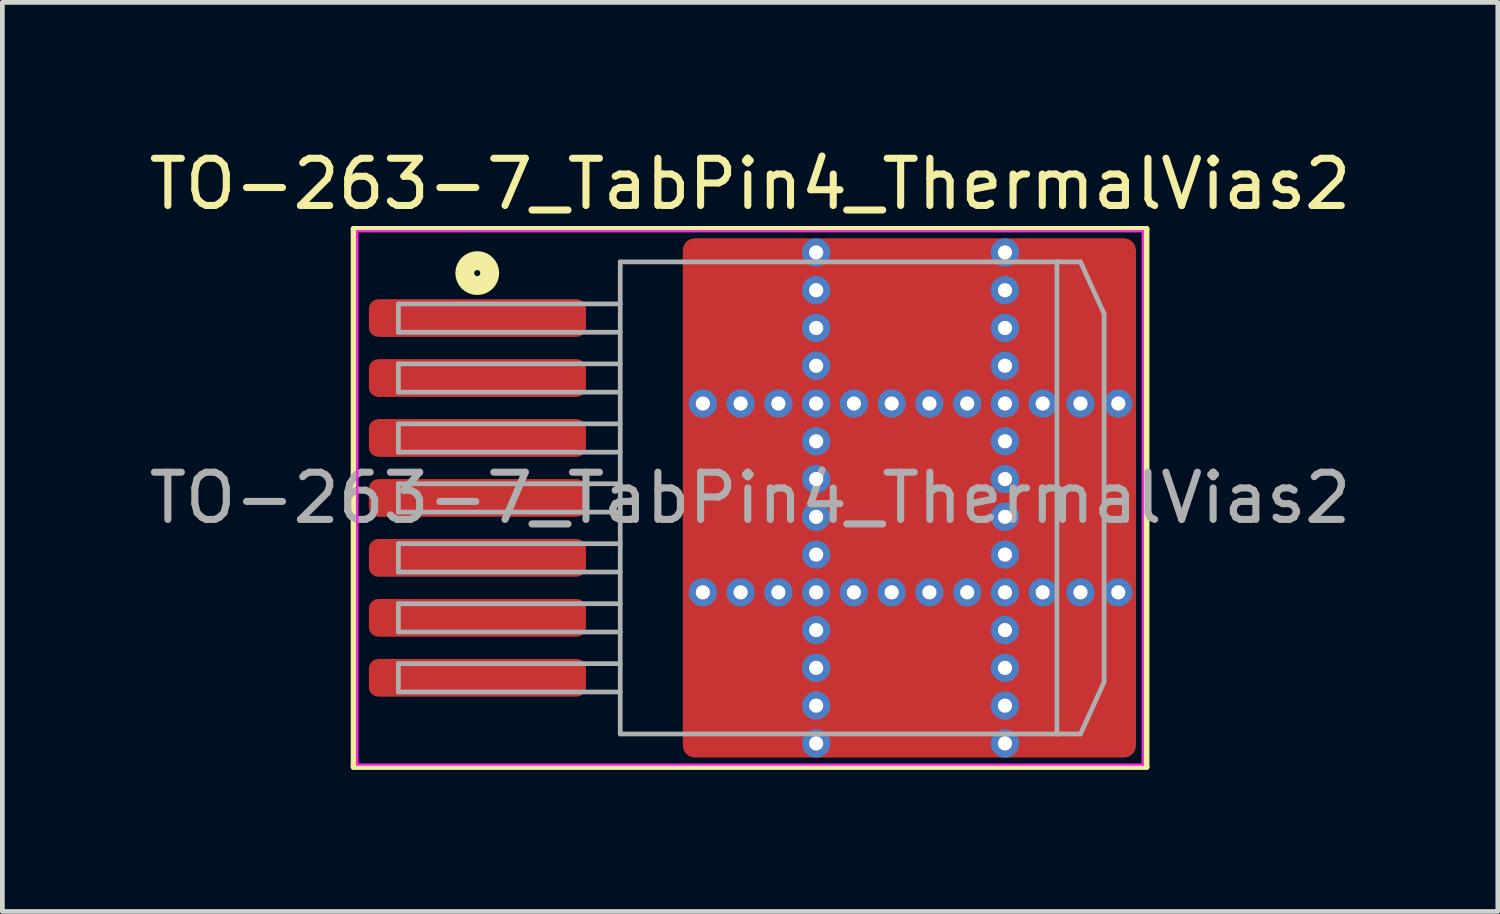
<source format=kicad_pcb>
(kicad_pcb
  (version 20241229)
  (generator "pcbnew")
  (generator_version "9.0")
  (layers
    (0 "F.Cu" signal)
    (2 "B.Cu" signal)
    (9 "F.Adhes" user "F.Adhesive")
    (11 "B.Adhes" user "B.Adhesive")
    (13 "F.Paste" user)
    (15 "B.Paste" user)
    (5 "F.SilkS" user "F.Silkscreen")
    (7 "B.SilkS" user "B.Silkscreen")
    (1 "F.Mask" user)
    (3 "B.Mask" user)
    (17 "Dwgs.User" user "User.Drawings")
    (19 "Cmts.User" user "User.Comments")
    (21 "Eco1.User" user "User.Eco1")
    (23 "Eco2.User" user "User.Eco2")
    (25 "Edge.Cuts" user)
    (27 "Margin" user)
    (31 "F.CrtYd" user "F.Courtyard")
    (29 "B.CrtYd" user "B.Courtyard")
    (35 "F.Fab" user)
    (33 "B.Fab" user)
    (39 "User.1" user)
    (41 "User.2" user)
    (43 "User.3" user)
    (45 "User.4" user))
  (footprint "TO-263-7_TabPin4_ThermalVias2"
    (layer "F.Cu")
    (at 12.839 7.498)
    (property "Reference" "TO-263-7_TabPin4_ThermalVias2" (at 0 -6.65 0) (layer "F.SilkS") (effects (font (size 1 1) (thickness 0.15))))
    (attr smd)
    (fp_line (start -8.4 -5.7) (end -8.4 5.7) (stroke (width 0.12) (type solid)) (layer "F.SilkS"))
    (fp_line (start -8.4 5.7) (end 8.4 5.7) (stroke (width 0.12) (type solid)) (layer "F.SilkS"))
    (fp_line (start 8.4 -5.7) (end -8.4 -5.7) (stroke (width 0.12) (type solid)) (layer "F.SilkS"))
    (fp_line (start 8.4 5.7) (end 8.4 -5.7) (stroke (width 0.12) (type solid)) (layer "F.SilkS"))
    (fp_circle (center -5.779 -4.763) (end -5.715 -4.763) (stroke (width 0.4) (type solid)) (fill no) (layer "F.SilkS"))
    (fp_line (start -8.32 -5.65) (end -8.32 5.65) (stroke (width 0.05) (type solid)) (layer "F.CrtYd"))
    (fp_line (start -8.32 5.65) (end 8.32 5.65) (stroke (width 0.05) (type solid)) (layer "F.CrtYd"))
    (fp_line (start 8.32 -5.65) (end -8.32 -5.65) (stroke (width 0.05) (type solid)) (layer "F.CrtYd"))
    (fp_line (start 8.32 5.65) (end 8.32 -5.65) (stroke (width 0.05) (type solid)) (layer "F.CrtYd"))
    (fp_line (start -7.45 -4.11) (end -7.45 -3.51) (stroke (width 0.1) (type solid)) (layer "F.Fab"))
    (fp_line (start -7.45 -3.51) (end -2.75 -3.51) (stroke (width 0.1) (type solid)) (layer "F.Fab"))
    (fp_line (start -7.45 -2.84) (end -7.45 -2.24) (stroke (width 0.1) (type solid)) (layer "F.Fab"))
    (fp_line (start -7.45 -2.24) (end -2.75 -2.24) (stroke (width 0.1) (type solid)) (layer "F.Fab"))
    (fp_line (start -7.45 -1.57) (end -7.45 -0.97) (stroke (width 0.1) (type solid)) (layer "F.Fab"))
    (fp_line (start -7.45 -0.97) (end -2.75 -0.97) (stroke (width 0.1) (type solid)) (layer "F.Fab"))
    (fp_line (start -7.45 -0.3) (end -7.45 0.3) (stroke (width 0.1) (type solid)) (layer "F.Fab"))
    (fp_line (start -7.45 0.3) (end -2.75 0.3) (stroke (width 0.1) (type solid)) (layer "F.Fab"))
    (fp_line (start -7.45 0.97) (end -7.45 1.57) (stroke (width 0.1) (type solid)) (layer "F.Fab"))
    (fp_line (start -7.45 1.57) (end -2.75 1.57) (stroke (width 0.1) (type solid)) (layer "F.Fab"))
    (fp_line (start -7.45 2.24) (end -7.45 2.84) (stroke (width 0.1) (type solid)) (layer "F.Fab"))
    (fp_line (start -7.45 2.84) (end -2.75 2.84) (stroke (width 0.1) (type solid)) (layer "F.Fab"))
    (fp_line (start -7.45 3.51) (end -7.45 4.11) (stroke (width 0.1) (type solid)) (layer "F.Fab"))
    (fp_line (start -7.45 4.11) (end -2.75 4.11) (stroke (width 0.1) (type solid)) (layer "F.Fab"))
    (fp_line (start -2.75 -5) (end 6.5 -5) (stroke (width 0.1) (type solid)) (layer "F.Fab"))
    (fp_line (start -2.75 -4.11) (end -7.45 -4.11) (stroke (width 0.1) (type solid)) (layer "F.Fab"))
    (fp_line (start -2.75 -2.84) (end -7.45 -2.84) (stroke (width 0.1) (type solid)) (layer "F.Fab"))
    (fp_line (start -2.75 -1.57) (end -7.45 -1.57) (stroke (width 0.1) (type solid)) (layer "F.Fab"))
    (fp_line (start -2.75 -0.3) (end -7.45 -0.3) (stroke (width 0.1) (type solid)) (layer "F.Fab"))
    (fp_line (start -2.75 0.97) (end -7.45 0.97) (stroke (width 0.1) (type solid)) (layer "F.Fab"))
    (fp_line (start -2.75 2.24) (end -7.45 2.24) (stroke (width 0.1) (type solid)) (layer "F.Fab"))
    (fp_line (start -2.75 3.51) (end -7.45 3.51) (stroke (width 0.1) (type solid)) (layer "F.Fab"))
    (fp_line (start -2.75 5) (end -2.75 -5) (stroke (width 0.1) (type solid)) (layer "F.Fab"))
    (fp_line (start 6.5 -5) (end 6.5 5) (stroke (width 0.1) (type solid)) (layer "F.Fab"))
    (fp_line (start 6.5 -5) (end 7 -5) (stroke (width 0.1) (type solid)) (layer "F.Fab"))
    (fp_line (start 6.5 5) (end -2.75 5) (stroke (width 0.1) (type solid)) (layer "F.Fab"))
    (fp_line (start 6.5 5) (end 7 5) (stroke (width 0.1) (type solid)) (layer "F.Fab"))
    (fp_line (start 7 -5) (end 7.5 -3.9) (stroke (width 0.1) (type solid)) (layer "F.Fab"))
    (fp_line (start 7 5) (end 7.5 3.9) (stroke (width 0.1) (type solid)) (layer "F.Fab"))
    (fp_line (start 7.5 -3.9) (end 7.5 3.9) (stroke (width 0.1) (type solid)) (layer "F.Fab"))
    (fp_text user "${REFERENCE}" (at 0 0 0) (layer "F.Fab") (effects (font (size 1 1) (thickness 0.15))))
    (pad "" smd roundrect (at -0.675 -4.6 90) (size 1.2 0.95) (layers "F.Paste") (roundrect_rratio 0.25))
    (pad "" smd roundrect (at -0.675 -3.1 90) (size 1.2 0.95) (layers "F.Paste") (roundrect_rratio 0.25))
    (pad "" smd roundrect (at -0.675 -0.85 90) (size 1.3 0.95) (layers "F.Paste") (roundrect_rratio 0.25))
    (pad "" smd roundrect (at -0.675 0.85 90) (size 1.3 0.95) (layers "F.Paste") (roundrect_rratio 0.25))
    (pad "" smd roundrect (at -0.675 3.1 90) (size 1.2 0.95) (layers "F.Paste") (roundrect_rratio 0.25))
    (pad "" smd roundrect (at -0.675 4.6 90) (size 1.2 0.95) (layers "F.Paste") (roundrect_rratio 0.25))
    (pad "" smd roundrect (at -0.113 -3.85 90) (size 3.1 2.425) (layers "F.Mask") (roundrect_rratio 0.103))
    (pad "" smd roundrect (at -0.113 0 90) (size 3.4 2.425) (layers "F.Mask") (roundrect_rratio 0.103))
    (pad "" smd roundrect (at -0.113 3.85 90) (size 3.1 2.425) (layers "F.Mask") (roundrect_rratio 0.103))
    (pad "" smd roundrect (at 0.475 -4.6 90) (size 1.2 0.95) (layers "F.Paste") (roundrect_rratio 0.25))
    (pad "" smd roundrect (at 0.475 -3.1 90) (size 1.2 0.95) (layers "F.Paste") (roundrect_rratio 0.25))
    (pad "" smd roundrect (at 0.475 -0.85 90) (size 1.3 0.95) (layers "F.Paste") (roundrect_rratio 0.25))
    (pad "" smd roundrect (at 0.475 0.85 90) (size 1.3 0.95) (layers "F.Paste") (roundrect_rratio 0.25))
    (pad "" smd roundrect (at 0.475 3.1 90) (size 1.2 0.95) (layers "F.Paste") (roundrect_rratio 0.25))
    (pad "" smd roundrect (at 0.475 4.6 90) (size 1.2 0.95) (layers "F.Paste") (roundrect_rratio 0.25))
    (pad "" smd roundrect (at 2.55 -4.6 90) (size 1.2 1.3) (layers "F.Paste") (roundrect_rratio 0.208))
    (pad "" smd roundrect (at 2.55 -3.1 90) (size 1.2 1.3) (layers "F.Paste") (roundrect_rratio 0.208))
    (pad "" smd roundrect (at 2.55 -0.85 90) (size 1.3 1.3) (layers "F.Paste") (roundrect_rratio 0.192))
    (pad "" smd roundrect (at 2.55 0.85 90) (size 1.3 1.3) (layers "F.Paste") (roundrect_rratio 0.192))
    (pad "" smd roundrect (at 2.55 3.1 90) (size 1.2 1.3) (layers "F.Paste") (roundrect_rratio 0.208))
    (pad "" smd roundrect (at 2.55 4.6 90) (size 1.2 1.3) (layers "F.Paste") (roundrect_rratio 0.208))
    (pad "" smd roundrect (at 3.4 -3.85 90) (size 3.1 3.4) (layers "F.Mask") (roundrect_rratio 0.081))
    (pad "" smd roundrect (at 3.4 0 90) (size 3.4 3.4) (layers "F.Mask") (roundrect_rratio 0.074))
    (pad "" smd roundrect (at 3.4 3.85 90) (size 3.1 3.4) (layers "F.Mask") (roundrect_rratio 0.081))
    (pad "" smd roundrect (at 4.25 -4.6 90) (size 1.2 1.3) (layers "F.Paste") (roundrect_rratio 0.208))
    (pad "" smd roundrect (at 4.25 -3.1 90) (size 1.2 1.3) (layers "F.Paste") (roundrect_rratio 0.208))
    (pad "" smd roundrect (at 4.25 -0.85 90) (size 1.3 1.3) (layers "F.Paste") (roundrect_rratio 0.192))
    (pad "" smd roundrect (at 4.25 0.85 90) (size 1.3 1.3) (layers "F.Paste") (roundrect_rratio 0.192))
    (pad "" smd roundrect (at 4.25 3.1 90) (size 1.2 1.3) (layers "F.Paste") (roundrect_rratio 0.208))
    (pad "" smd roundrect (at 4.25 4.6 90) (size 1.2 1.3) (layers "F.Paste") (roundrect_rratio 0.208))
    (pad "" smd roundrect (at 6.325 -4.6 90) (size 1.2 0.95) (layers "F.Paste") (roundrect_rratio 0.25))
    (pad "" smd roundrect (at 6.325 -3.1 90) (size 1.2 0.95) (layers "F.Paste") (roundrect_rratio 0.25))
    (pad "" smd roundrect (at 6.325 -0.85 90) (size 1.3 0.95) (layers "F.Paste") (roundrect_rratio 0.25))
    (pad "" smd roundrect (at 6.325 0.85 90) (size 1.3 0.95) (layers "F.Paste") (roundrect_rratio 0.25))
    (pad "" smd roundrect (at 6.325 3.1 90) (size 1.2 0.95) (layers "F.Paste") (roundrect_rratio 0.25))
    (pad "" smd roundrect (at 6.325 4.6 90) (size 1.2 0.95) (layers "F.Paste") (roundrect_rratio 0.25))
    (pad "" smd roundrect (at 6.888 -3.85 90) (size 3.1 2.375) (layers "F.Mask") (roundrect_rratio 0.105))
    (pad "" smd roundrect (at 6.888 0 90) (size 3.4 2.375) (layers "F.Mask") (roundrect_rratio 0.105))
    (pad "" smd roundrect (at 6.888 3.85 90) (size 3.1 2.375) (layers "F.Mask") (roundrect_rratio 0.105))
    (pad "" smd roundrect (at 7.475 -4.6 90) (size 1.2 0.95) (layers "F.Paste") (roundrect_rratio 0.25))
    (pad "" smd roundrect (at 7.475 -3.1 90) (size 1.2 0.95) (layers "F.Paste") (roundrect_rratio 0.25))
    (pad "" smd roundrect (at 7.475 -0.85 90) (size 1.3 0.95) (layers "F.Paste") (roundrect_rratio 0.25))
    (pad "" smd roundrect (at 7.475 0.85 90) (size 1.3 0.95) (layers "F.Paste") (roundrect_rratio 0.25))
    (pad "" smd roundrect (at 7.475 3.1 90) (size 1.2 0.95) (layers "F.Paste") (roundrect_rratio 0.25))
    (pad "" smd roundrect (at 7.475 4.6 90) (size 1.2 0.95) (layers "F.Paste") (roundrect_rratio 0.25))
    (pad "1" smd roundrect (at -5.775 -3.81) (size 4.6 0.8) (layers "F.Cu" "F.Mask" "F.Paste") (roundrect_rratio 0.25))
    (pad "2" smd roundrect (at -5.775 -2.54) (size 4.6 0.8) (layers "F.Cu" "F.Mask" "F.Paste") (roundrect_rratio 0.25))
    (pad "3" smd roundrect (at -5.775 -1.27) (size 4.6 0.8) (layers "F.Cu" "F.Mask" "F.Paste") (roundrect_rratio 0.25))
    (pad "4" smd roundrect (at -5.775 0) (size 4.6 0.8) (layers "F.Cu" "F.Mask" "F.Paste") (roundrect_rratio 0.25))
    (pad "4" thru_hole circle (at -1 -2) (size 0.6 0.6) (drill 0.3) (property pad_prop_heatsink) (layers "*.Cu" "*.Mask"))
    (pad "4" thru_hole circle (at -1 2) (size 0.6 0.6) (drill 0.3) (property pad_prop_heatsink) (layers "*.Cu" "*.Mask"))
    (pad "4" thru_hole circle (at -0.2 -2) (size 0.6 0.6) (drill 0.3) (property pad_prop_heatsink) (layers "*.Cu" "*.Mask"))
    (pad "4" thru_hole circle (at -0.2 2) (size 0.6 0.6) (drill 0.3) (property pad_prop_heatsink) (layers "*.Cu" "*.Mask"))
    (pad "4" thru_hole circle (at 0.6 -2) (size 0.6 0.6) (drill 0.3) (property pad_prop_heatsink) (layers "*.Cu" "*.Mask"))
    (pad "4" thru_hole circle (at 0.6 2) (size 0.6 0.6) (drill 0.3) (property pad_prop_heatsink) (layers "*.Cu" "*.Mask"))
    (pad "4" thru_hole circle (at 1.4 -5.2) (size 0.6 0.6) (drill 0.3) (property pad_prop_heatsink) (layers "*.Cu" "*.Mask"))
    (pad "4" thru_hole circle (at 1.4 -4.4) (size 0.6 0.6) (drill 0.3) (property pad_prop_heatsink) (layers "*.Cu" "*.Mask"))
    (pad "4" thru_hole circle (at 1.4 -3.6) (size 0.6 0.6) (drill 0.3) (property pad_prop_heatsink) (layers "*.Cu" "*.Mask"))
    (pad "4" thru_hole circle (at 1.4 -2.8) (size 0.6 0.6) (drill 0.3) (property pad_prop_heatsink) (layers "*.Cu" "*.Mask"))
    (pad "4" thru_hole circle (at 1.4 -2) (size 0.6 0.6) (drill 0.3) (property pad_prop_heatsink) (layers "*.Cu" "*.Mask"))
    (pad "4" thru_hole circle (at 1.4 -1.2) (size 0.6 0.6) (drill 0.3) (property pad_prop_heatsink) (layers "*.Cu" "*.Mask"))
    (pad "4" thru_hole circle (at 1.4 -0.4) (size 0.6 0.6) (drill 0.3) (property pad_prop_heatsink) (layers "*.Cu" "*.Mask"))
    (pad "4" thru_hole circle (at 1.4 0.4) (size 0.6 0.6) (drill 0.3) (property pad_prop_heatsink) (layers "*.Cu" "*.Mask"))
    (pad "4" thru_hole circle (at 1.4 1.2) (size 0.6 0.6) (drill 0.3) (property pad_prop_heatsink) (layers "*.Cu" "*.Mask"))
    (pad "4" thru_hole circle (at 1.4 2) (size 0.6 0.6) (drill 0.3) (property pad_prop_heatsink) (layers "*.Cu" "*.Mask"))
    (pad "4" thru_hole circle (at 1.4 2.8) (size 0.6 0.6) (drill 0.3) (property pad_prop_heatsink) (layers "*.Cu" "*.Mask"))
    (pad "4" thru_hole circle (at 1.4 3.6) (size 0.6 0.6) (drill 0.3) (property pad_prop_heatsink) (layers "*.Cu" "*.Mask"))
    (pad "4" thru_hole circle (at 1.4 4.4) (size 0.6 0.6) (drill 0.3) (property pad_prop_heatsink) (layers "*.Cu" "*.Mask"))
    (pad "4" thru_hole circle (at 1.4 5.2) (size 0.6 0.6) (drill 0.3) (property pad_prop_heatsink) (layers "*.Cu" "*.Mask"))
    (pad "4" thru_hole circle (at 2.2 -2) (size 0.6 0.6) (drill 0.3) (property pad_prop_heatsink) (layers "*.Cu" "*.Mask"))
    (pad "4" thru_hole circle (at 2.2 2) (size 0.6 0.6) (drill 0.3) (property pad_prop_heatsink) (layers "*.Cu" "*.Mask"))
    (pad "4" thru_hole circle (at 3 -2) (size 0.6 0.6) (drill 0.3) (property pad_prop_heatsink) (layers "*.Cu" "*.Mask"))
    (pad "4" thru_hole circle (at 3 2) (size 0.6 0.6) (drill 0.3) (property pad_prop_heatsink) (layers "*.Cu" "*.Mask"))
    (pad "4" smd roundrect (at 3.375 0) (size 9.6 11) (layers "F.Cu") (roundrect_rratio 0.026))
    (pad "4" thru_hole circle (at 3.8 -2) (size 0.6 0.6) (drill 0.3) (property pad_prop_heatsink) (layers "*.Cu" "*.Mask"))
    (pad "4" thru_hole circle (at 3.8 2) (size 0.6 0.6) (drill 0.3) (property pad_prop_heatsink) (layers "*.Cu" "*.Mask"))
    (pad "4" thru_hole circle (at 4.6 -2) (size 0.6 0.6) (drill 0.3) (property pad_prop_heatsink) (layers "*.Cu" "*.Mask"))
    (pad "4" thru_hole circle (at 4.6 2) (size 0.6 0.6) (drill 0.3) (property pad_prop_heatsink) (layers "*.Cu" "*.Mask"))
    (pad "4" thru_hole circle (at 5.4 -5.2) (size 0.6 0.6) (drill 0.3) (property pad_prop_heatsink) (layers "*.Cu" "*.Mask"))
    (pad "4" thru_hole circle (at 5.4 -4.4) (size 0.6 0.6) (drill 0.3) (property pad_prop_heatsink) (layers "*.Cu" "*.Mask"))
    (pad "4" thru_hole circle (at 5.4 -3.6) (size 0.6 0.6) (drill 0.3) (property pad_prop_heatsink) (layers "*.Cu" "*.Mask"))
    (pad "4" thru_hole circle (at 5.4 -2.8) (size 0.6 0.6) (drill 0.3) (property pad_prop_heatsink) (layers "*.Cu" "*.Mask"))
    (pad "4" thru_hole circle (at 5.4 -2) (size 0.6 0.6) (drill 0.3) (property pad_prop_heatsink) (layers "*.Cu" "*.Mask"))
    (pad "4" thru_hole circle (at 5.4 -1.2) (size 0.6 0.6) (drill 0.3) (property pad_prop_heatsink) (layers "*.Cu" "*.Mask"))
    (pad "4" thru_hole circle (at 5.4 -0.4) (size 0.6 0.6) (drill 0.3) (property pad_prop_heatsink) (layers "*.Cu" "*.Mask"))
    (pad "4" thru_hole circle (at 5.4 0.4) (size 0.6 0.6) (drill 0.3) (property pad_prop_heatsink) (layers "*.Cu" "*.Mask"))
    (pad "4" thru_hole circle (at 5.4 1.2) (size 0.6 0.6) (drill 0.3) (property pad_prop_heatsink) (layers "*.Cu" "*.Mask"))
    (pad "4" thru_hole circle (at 5.4 2) (size 0.6 0.6) (drill 0.3) (property pad_prop_heatsink) (layers "*.Cu" "*.Mask"))
    (pad "4" thru_hole circle (at 5.4 2.8) (size 0.6 0.6) (drill 0.3) (property pad_prop_heatsink) (layers "*.Cu" "*.Mask"))
    (pad "4" thru_hole circle (at 5.4 3.6) (size 0.6 0.6) (drill 0.3) (property pad_prop_heatsink) (layers "*.Cu" "*.Mask"))
    (pad "4" thru_hole circle (at 5.4 4.4) (size 0.6 0.6) (drill 0.3) (property pad_prop_heatsink) (layers "*.Cu" "*.Mask"))
    (pad "4" thru_hole circle (at 5.4 5.2) (size 0.6 0.6) (drill 0.3) (property pad_prop_heatsink) (layers "*.Cu" "*.Mask"))
    (pad "4" thru_hole circle (at 6.2 -2) (size 0.6 0.6) (drill 0.3) (property pad_prop_heatsink) (layers "*.Cu" "*.Mask"))
    (pad "4" thru_hole circle (at 6.2 2) (size 0.6 0.6) (drill 0.3) (property pad_prop_heatsink) (layers "*.Cu" "*.Mask"))
    (pad "4" thru_hole circle (at 7 -2) (size 0.6 0.6) (drill 0.3) (property pad_prop_heatsink) (layers "*.Cu" "*.Mask"))
    (pad "4" thru_hole circle (at 7 2) (size 0.6 0.6) (drill 0.3) (property pad_prop_heatsink) (layers "*.Cu" "*.Mask"))
    (pad "4" thru_hole circle (at 7.8 -2) (size 0.6 0.6) (drill 0.3) (property pad_prop_heatsink) (layers "*.Cu" "*.Mask"))
    (pad "4" thru_hole circle (at 7.8 2) (size 0.6 0.6) (drill 0.3) (property pad_prop_heatsink) (layers "*.Cu" "*.Mask"))
    (pad "5" smd roundrect (at -5.775 1.27) (size 4.6 0.8) (layers "F.Cu" "F.Mask" "F.Paste") (roundrect_rratio 0.25))
    (pad "6" smd roundrect (at -5.775 2.54) (size 4.6 0.8) (layers "F.Cu" "F.Mask" "F.Paste") (roundrect_rratio 0.25))
    (pad "7" smd roundrect (at -5.775 3.81) (size 4.6 0.8) (layers "F.Cu" "F.Mask" "F.Paste") (roundrect_rratio 0.25)))
  (gr_rect
    (start -3 -3)
    (end 28.679 16.258)
    (stroke (width 0.1) (type default))
    (fill no)
    (layer "Edge.Cuts")))
</source>
